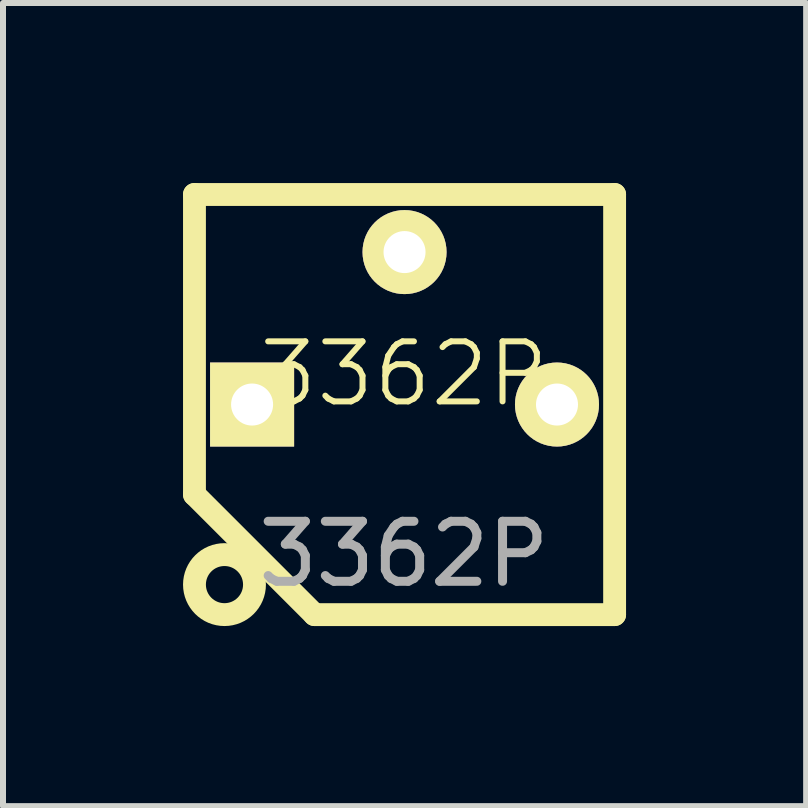
<source format=kicad_pcb>
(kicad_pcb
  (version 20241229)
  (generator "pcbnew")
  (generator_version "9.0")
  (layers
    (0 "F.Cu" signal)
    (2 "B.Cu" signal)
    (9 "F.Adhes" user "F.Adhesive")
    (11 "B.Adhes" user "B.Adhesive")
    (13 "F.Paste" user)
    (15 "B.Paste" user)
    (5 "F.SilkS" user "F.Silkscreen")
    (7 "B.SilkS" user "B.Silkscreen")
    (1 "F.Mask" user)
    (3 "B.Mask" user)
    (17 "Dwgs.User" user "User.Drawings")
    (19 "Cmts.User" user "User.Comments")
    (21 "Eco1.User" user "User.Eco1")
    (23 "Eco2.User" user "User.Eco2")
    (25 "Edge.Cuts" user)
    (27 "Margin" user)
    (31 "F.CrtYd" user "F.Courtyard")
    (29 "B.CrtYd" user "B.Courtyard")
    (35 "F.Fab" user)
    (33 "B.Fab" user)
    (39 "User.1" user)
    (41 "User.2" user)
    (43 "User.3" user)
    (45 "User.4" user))
  (footprint "3362P"
    (layer "F.Cu")
    (at 3.68 3.68)
    (property "Reference" "3362P" (at 0 -0.5 0) (unlocked yes) (layer "F.SilkS") (effects (font (size 1 1) (thickness 0.1))))
    (attr through_hole)
    (fp_line (start -3.49 -3.49) (end 3.51 -3.49) (stroke (width 0.381) (type solid)) (layer "F.SilkS"))
    (fp_line (start -3.49 1.51) (end -3.49 -3.49) (stroke (width 0.381) (type solid)) (layer "F.SilkS"))
    (fp_line (start -3.49 1.51) (end -1.49 3.51) (stroke (width 0.381) (type solid)) (layer "F.SilkS"))
    (fp_line (start -1.49 3.51) (end 3.51 3.51) (stroke (width 0.381) (type solid)) (layer "F.SilkS"))
    (fp_line (start 3.51 -3.49) (end 3.51 3.51) (stroke (width 0.381) (type solid)) (layer "F.SilkS"))
    (fp_circle (center -2.99 3.01) (end -2.99 3.51) (stroke (width 0.381) (type solid)) (fill no) (layer "F.SilkS"))
    (fp_text user "${REFERENCE}" (at 0 2.5 0) (unlocked yes) (layer "F.Fab") (effects (font (size 1 1) (thickness 0.15))))
    (pad "1" thru_hole rect (at -2.53 0.01) (size 1.4 1.4) (drill 0.7) (layers "*.Cu" "*.Mask" "F.SilkS"))
    (pad "2" thru_hole circle (at 0.01 -2.53) (size 1.4 1.4) (drill 0.7) (layers "*.Cu" "*.Mask" "F.SilkS"))
    (pad "3" thru_hole circle (at 2.55 0.01) (size 1.4 1.4) (drill 0.7) (layers "*.Cu" "*.Mask" "F.SilkS")))
  (gr_rect
    (start -3 -3)
    (end 10.381 10.381)
    (stroke (width 0.1) (type default))
    (fill no)
    (layer "Edge.Cuts")))
</source>
